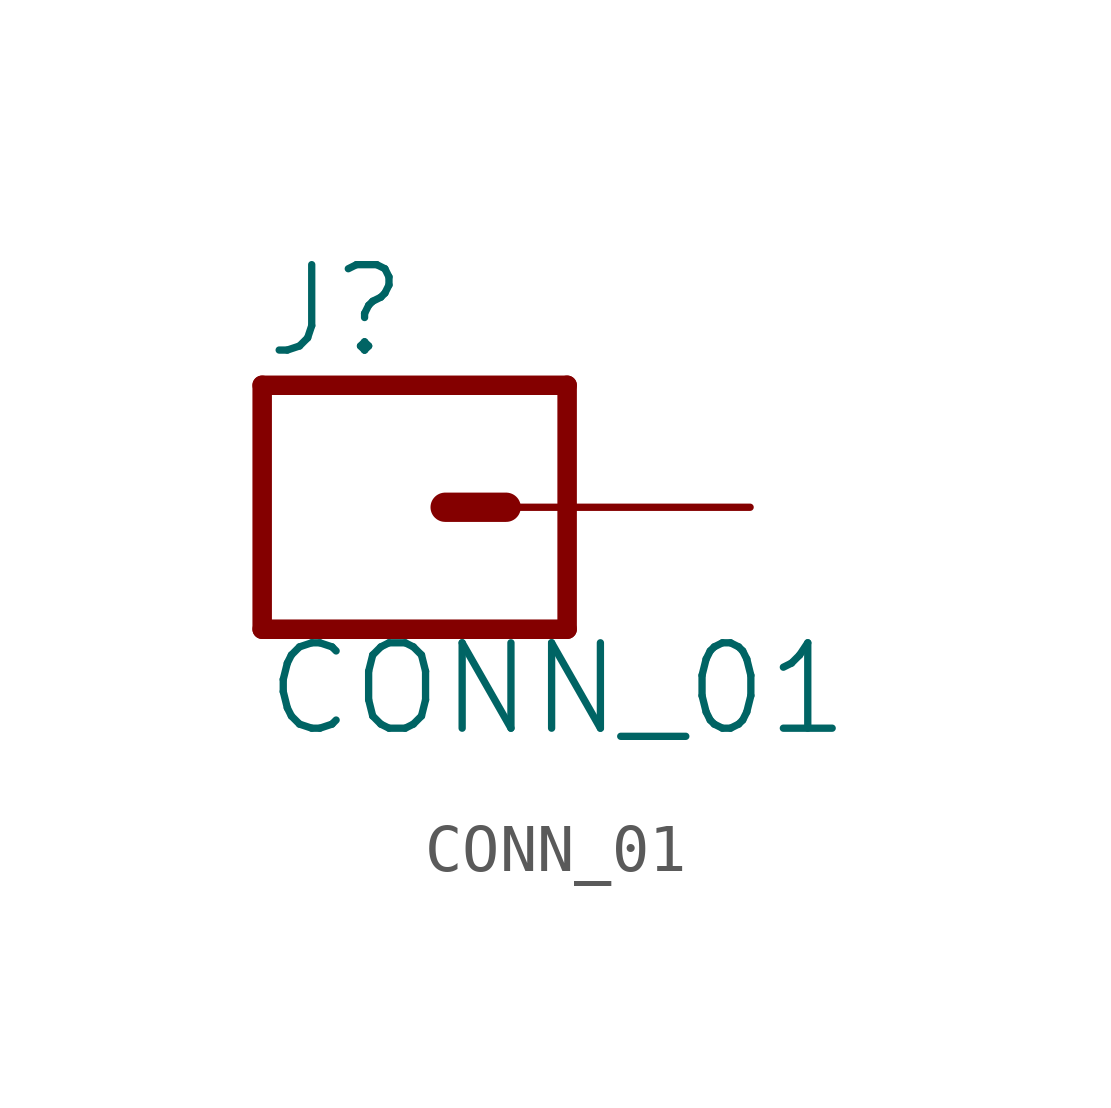
<source format=kicad_sym>
(kicad_symbol_lib
  (version 20220331)
  (generator kicad_symbol_editor)
  (symbol "CONN_01"
    (property "Reference" "J"
      (at -2.54 3.048 0)
      (effects (font (size 1.778 1.778)) (justify left bottom)))
    (property "Value" "CONN_01"
      (at -2.54 -4.826 0)
      (effects (font (size 1.778 1.778)) (justify left bottom)))
    (property "ki_locked" ""
      (at 0 0 0)
      (effects (font (size 1.27 1.27))))
    (symbol "CONN_01_1_0"
      (polyline (pts (xy -2.54 2.54) (xy -2.54 -2.54)) (stroke (width 0.406) (type solid)) (fill (type none)))
      (polyline (pts (xy -2.54 2.54) (xy 3.81 2.54)) (stroke (width 0.406) (type solid)) (fill (type none)))
      (polyline (pts (xy 1.27 0) (xy 2.54 0)) (stroke (width 0.61) (type solid)) (fill (type none)))
      (polyline (pts (xy 3.81 -2.54) (xy -2.54 -2.54)) (stroke (width 0.406) (type solid)) (fill (type none)))
      (polyline (pts (xy 3.81 -2.54) (xy 3.81 2.54)) (stroke (width 0.406) (type solid)) (fill (type none)))
      (pin passive line (at 7.62 0 180) (length 5.08) (name "1" (effects (font (size 0 0)))) (number "1" (effects (font (size 0 0))))))))
</source>
